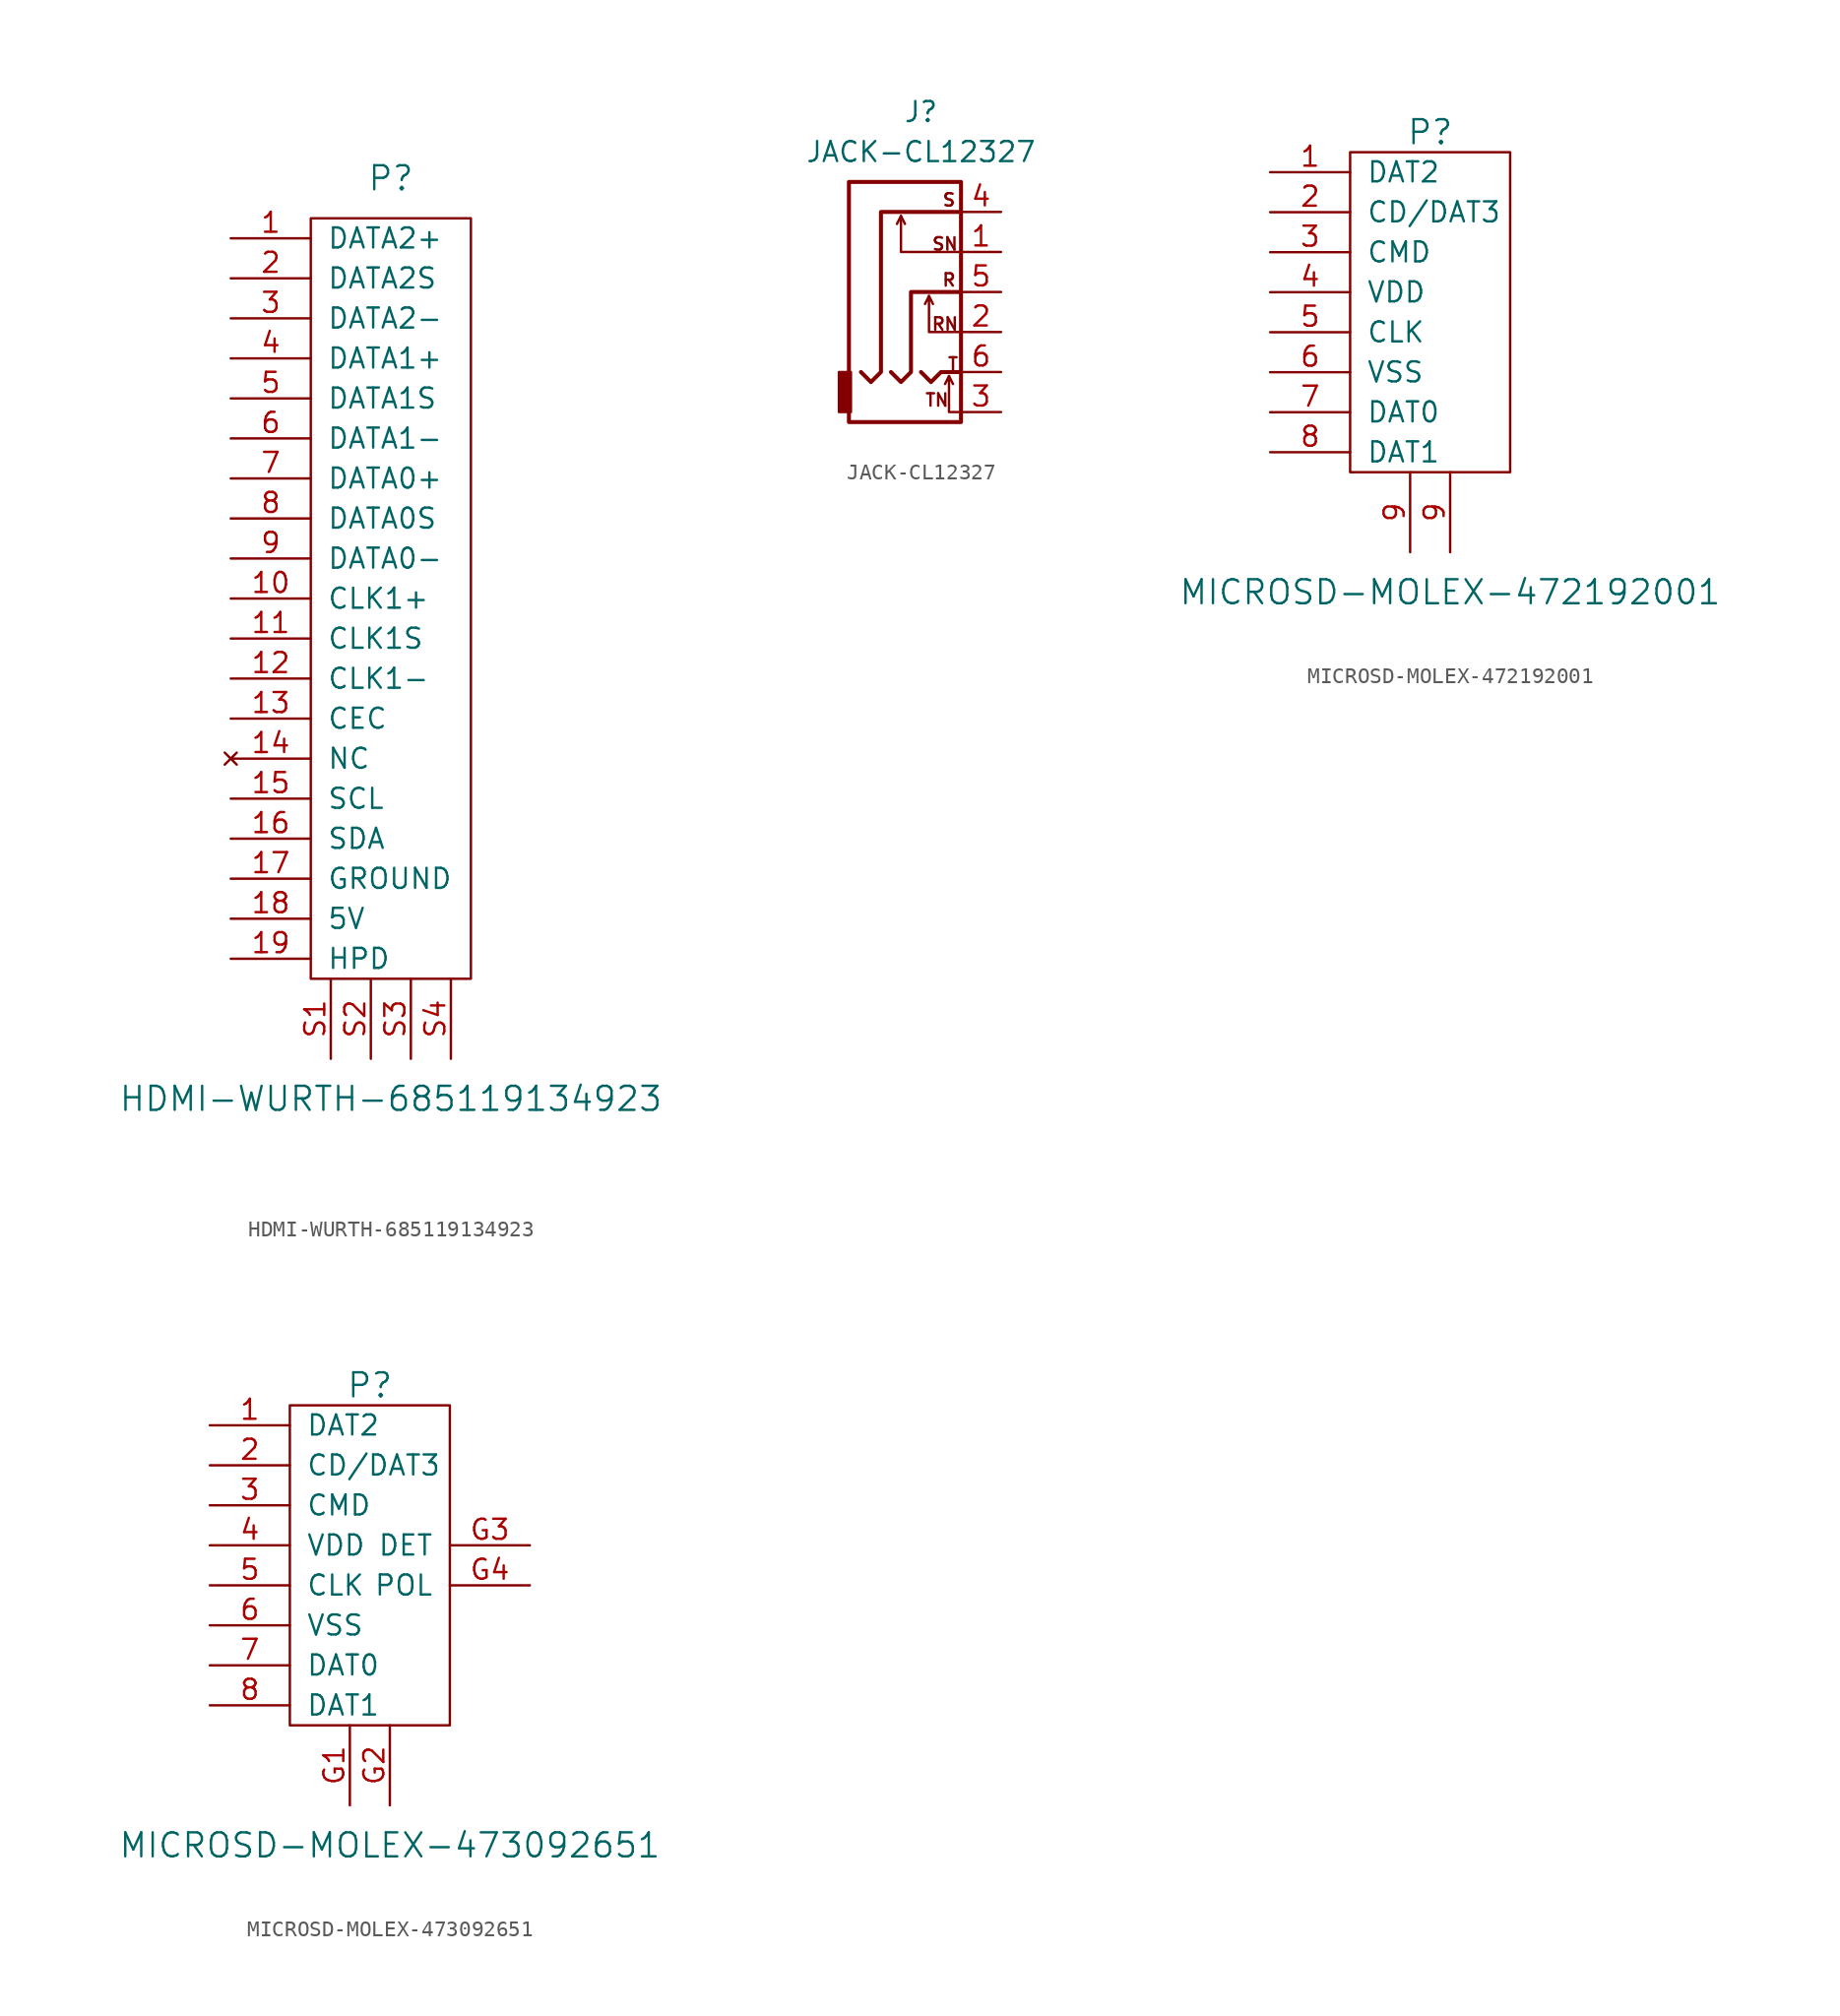
<source format=kicad_sym>
(kicad_symbol_lib
  (version 20201005)
  (generator kicad_symbol_editor)
  (symbol "HDMI-WURTH-685119134923"
    (pin_names
      (offset 1.016))
    (property "Reference" "P"
      (at 0 26.67 0)
      (effects (font (size 1.524 1.524))))
    (property "Value" "HDMI-WURTH-685119134923"
      (at 0 -31.75 0)
      (effects (font (size 1.524 1.524))))
    (property "Datasheet" ""
      (at 9.525 0 0)
      (effects (font (size 1.524 1.524))))
    (symbol "HDMI-WURTH-685119134923_0_1"
      (rectangle (start -5.08 24.13) (end 5.08 -24.13) (stroke (width 0)) (fill (type none))))
    (symbol "HDMI-WURTH-685119134923_1_1"
      (pin bidirectional line (at -10.16 22.86 0) (length 5.08) (name "DATA2+" (effects (font (size 1.27 1.27)))) (number "1" (effects (font (size 1.27 1.27)))))
      (pin bidirectional line (at -10.16 0 0) (length 5.08) (name "CLK1+" (effects (font (size 1.27 1.27)))) (number "10" (effects (font (size 1.27 1.27)))))
      (pin bidirectional line (at -10.16 -2.54 0) (length 5.08) (name "CLK1S" (effects (font (size 1.27 1.27)))) (number "11" (effects (font (size 1.27 1.27)))))
      (pin bidirectional line (at -10.16 -5.08 0) (length 5.08) (name "CLK1-" (effects (font (size 1.27 1.27)))) (number "12" (effects (font (size 1.27 1.27)))))
      (pin bidirectional line (at -10.16 -7.62 0) (length 5.08) (name "CEC" (effects (font (size 1.27 1.27)))) (number "13" (effects (font (size 1.27 1.27)))))
      (pin unconnected line (at -10.16 -10.16 0) (length 5.08) (name "NC" (effects (font (size 1.27 1.27)))) (number "14" (effects (font (size 1.27 1.27)))))
      (pin bidirectional line (at -10.16 -12.7 0) (length 5.08) (name "SCL" (effects (font (size 1.27 1.27)))) (number "15" (effects (font (size 1.27 1.27)))))
      (pin bidirectional line (at -10.16 -15.24 0) (length 5.08) (name "SDA" (effects (font (size 1.27 1.27)))) (number "16" (effects (font (size 1.27 1.27)))))
      (pin power_in line (at -10.16 -17.78 0) (length 5.08) (name "GROUND" (effects (font (size 1.27 1.27)))) (number "17" (effects (font (size 1.27 1.27)))))
      (pin power_in line (at -10.16 -20.32 0) (length 5.08) (name "5V" (effects (font (size 1.27 1.27)))) (number "18" (effects (font (size 1.27 1.27)))))
      (pin bidirectional line (at -10.16 -22.86 0) (length 5.08) (name "HPD" (effects (font (size 1.27 1.27)))) (number "19" (effects (font (size 1.27 1.27)))))
      (pin bidirectional line (at -10.16 20.32 0) (length 5.08) (name "DATA2S" (effects (font (size 1.27 1.27)))) (number "2" (effects (font (size 1.27 1.27)))))
      (pin bidirectional line (at -10.16 17.78 0) (length 5.08) (name "DATA2-" (effects (font (size 1.27 1.27)))) (number "3" (effects (font (size 1.27 1.27)))))
      (pin bidirectional line (at -10.16 15.24 0) (length 5.08) (name "DATA1+" (effects (font (size 1.27 1.27)))) (number "4" (effects (font (size 1.27 1.27)))))
      (pin bidirectional line (at -10.16 12.7 0) (length 5.08) (name "DATA1S" (effects (font (size 1.27 1.27)))) (number "5" (effects (font (size 1.27 1.27)))))
      (pin bidirectional line (at -10.16 10.16 0) (length 5.08) (name "DATA1-" (effects (font (size 1.27 1.27)))) (number "6" (effects (font (size 1.27 1.27)))))
      (pin bidirectional line (at -10.16 7.62 0) (length 5.08) (name "DATA0+" (effects (font (size 1.27 1.27)))) (number "7" (effects (font (size 1.27 1.27)))))
      (pin bidirectional line (at -10.16 5.08 0) (length 5.08) (name "DATA0S" (effects (font (size 1.27 1.27)))) (number "8" (effects (font (size 1.27 1.27)))))
      (pin bidirectional line (at -10.16 2.54 0) (length 5.08) (name "DATA0-" (effects (font (size 1.27 1.27)))) (number "9" (effects (font (size 1.27 1.27)))))
      (pin passive line (at -3.81 -29.21 90) (length 5.08) (name "~" (effects (font (size 1.27 1.27)))) (number "S1" (effects (font (size 1.27 1.27)))))
      (pin passive line (at -1.27 -29.21 90) (length 5.08) (name "~" (effects (font (size 1.27 1.27)))) (number "S2" (effects (font (size 1.27 1.27)))))
      (pin input line (at 1.27 -29.21 90) (length 5.08) (name "~" (effects (font (size 1.27 1.27)))) (number "S3" (effects (font (size 1.27 1.27)))))
      (pin input line (at 3.81 -29.21 90) (length 5.08) (name "~" (effects (font (size 1.27 1.27)))) (number "S4" (effects (font (size 1.27 1.27)))))))
  (symbol "JACK-CL12327"
    (pin_names
      (offset 1.016))
    (property "Reference" "J"
      (at 0 11.43 0)
      (effects (font (size 1.27 1.27))))
    (property "Value" "JACK-CL12327"
      (at 0 8.89 0)
      (effects (font (size 1.27 1.27))))
    (symbol "JACK-CL12327_0_0"
      (text "R" (at 1.778 0.762 0) (effects (font (size 0.787 0.787))))
      (text "RN" (at 1.524 -2.032 0) (effects (font (size 0.787 0.787))))
      (text "S" (at 1.778 5.842 0) (effects (font (size 0.787 0.787))))
      (text "SN" (at 1.524 3.048 0) (effects (font (size 0.787 0.787))))
      (text "T" (at 2.032 -4.572 0) (effects (font (size 0.787 0.787))))
      (text "TN" (at 1.016 -6.858 0) (effects (font (size 0.787 0.787)))))
    (symbol "JACK-CL12327_0_1"
      (rectangle (start -4.445 -7.62) (end -5.207 -5.08) (stroke (width 0)) (fill (type outline)))
      (rectangle (start 2.54 -8.255) (end -4.572 6.985) (stroke (width 0.254)) (fill (type none)))
      (polyline (pts (xy -1.27 4.826) (xy -1.016 4.318)) (stroke (width 0)) (fill (type none)))
      (polyline (pts (xy 0.508 -0.254) (xy 0.762 -0.762)) (stroke (width 0)) (fill (type none)))
      (polyline (pts (xy 1.778 -5.334) (xy 2.032 -5.842)) (stroke (width 0)) (fill (type none)))
      (polyline (pts (xy 0 -5.08) (xy 0.635 -5.715) (xy 1.27 -5.08) (xy 2.54 -5.08)) (stroke (width 0.254)) (fill (type none)))
      (polyline (pts (xy 2.54 -7.62) (xy 1.778 -7.62) (xy 1.778 -5.334) (xy 1.524 -5.842)) (stroke (width 0)) (fill (type none)))
      (polyline (pts (xy 2.54 -2.54) (xy 0.508 -2.54) (xy 0.508 -0.254) (xy 0.254 -0.762)) (stroke (width 0)) (fill (type none)))
      (polyline (pts (xy 2.54 2.54) (xy -1.27 2.54) (xy -1.27 4.826) (xy -1.524 4.318)) (stroke (width 0)) (fill (type none)))
      (polyline (pts (xy -1.905 -5.08) (xy -1.27 -5.715) (xy -0.635 -5.08) (xy -0.635 0) (xy 2.54 0)) (stroke (width 0.254)) (fill (type none)))
      (polyline (pts (xy 2.54 5.08) (xy -2.54 5.08) (xy -2.54 -5.08) (xy -3.175 -5.715) (xy -3.81 -5.08)) (stroke (width 0.254)) (fill (type none))))
    (symbol "JACK-CL12327_1_1"
      (pin passive line (at 5.08 2.54 180) (length 2.54) (name "~" (effects (font (size 1.27 1.27)))) (number "1" (effects (font (size 1.27 1.27)))))
      (pin passive line (at 5.08 -2.54 180) (length 2.54) (name "~" (effects (font (size 1.27 1.27)))) (number "2" (effects (font (size 1.27 1.27)))))
      (pin passive line (at 5.08 -7.62 180) (length 2.54) (name "~" (effects (font (size 1.27 1.27)))) (number "3" (effects (font (size 1.27 1.27)))))
      (pin passive line (at 5.08 5.08 180) (length 2.54) (name "~" (effects (font (size 1.27 1.27)))) (number "4" (effects (font (size 1.27 1.27)))))
      (pin passive line (at 5.08 0 180) (length 2.54) (name "~" (effects (font (size 1.27 1.27)))) (number "5" (effects (font (size 1.27 1.27)))))
      (pin passive line (at 5.08 -5.08 180) (length 2.54) (name "~" (effects (font (size 1.27 1.27)))) (number "6" (effects (font (size 1.27 1.27)))))))
  (symbol "MICROSD-MOLEX-472192001"
    (pin_names
      (offset 1.016))
    (property "Reference" "P"
      (at 0 11.43 0)
      (effects (font (size 1.524 1.524))))
    (property "Value" "MICROSD-MOLEX-472192001"
      (at 1.27 -17.78 0)
      (effects (font (size 1.524 1.524))))
    (symbol "MICROSD-MOLEX-472192001_0_1"
      (rectangle (start -5.08 10.16) (end 5.08 -10.16) (stroke (width 0)) (fill (type none))))
    (symbol "MICROSD-MOLEX-472192001_1_1"
      (pin bidirectional line (at -10.16 8.89 0) (length 5.08) (name "DAT2" (effects (font (size 1.27 1.27)))) (number "1" (effects (font (size 1.27 1.27)))))
      (pin bidirectional line (at -10.16 6.35 0) (length 5.08) (name "CD/DAT3" (effects (font (size 1.27 1.27)))) (number "2" (effects (font (size 1.27 1.27)))))
      (pin bidirectional line (at -10.16 3.81 0) (length 5.08) (name "CMD" (effects (font (size 1.27 1.27)))) (number "3" (effects (font (size 1.27 1.27)))))
      (pin power_in line (at -10.16 1.27 0) (length 5.08) (name "VDD" (effects (font (size 1.27 1.27)))) (number "4" (effects (font (size 1.27 1.27)))))
      (pin input line (at -10.16 -1.27 0) (length 5.08) (name "CLK" (effects (font (size 1.27 1.27)))) (number "5" (effects (font (size 1.27 1.27)))))
      (pin power_in line (at -10.16 -3.81 0) (length 5.08) (name "VSS" (effects (font (size 1.27 1.27)))) (number "6" (effects (font (size 1.27 1.27)))))
      (pin bidirectional line (at -10.16 -6.35 0) (length 5.08) (name "DAT0" (effects (font (size 1.27 1.27)))) (number "7" (effects (font (size 1.27 1.27)))))
      (pin bidirectional line (at -10.16 -8.89 0) (length 5.08) (name "DAT1" (effects (font (size 1.27 1.27)))) (number "8" (effects (font (size 1.27 1.27)))))
      (pin passive line (at -1.27 -15.24 90) (length 5.08) (name "~" (effects (font (size 1.27 1.27)))) (number "9" (effects (font (size 1.27 1.27)))))
      (pin passive line (at 1.27 -15.24 90) (length 5.08) (name "~" (effects (font (size 1.27 1.27)))) (number "9" (effects (font (size 1.27 1.27)))))))
  (symbol "MICROSD-MOLEX-473092651"
    (pin_names
      (offset 1.016))
    (property "Reference" "P"
      (at 0 11.43 0)
      (effects (font (size 1.524 1.524))))
    (property "Value" "MICROSD-MOLEX-473092651"
      (at 1.27 -17.78 0)
      (effects (font (size 1.524 1.524))))
    (property "Footprint" ""
      (at 9.525 0 0)
      (effects (font (size 1.524 1.524))))
    (property "Datasheet" ""
      (at 9.525 0 0)
      (effects (font (size 1.524 1.524))))
    (symbol "MICROSD-MOLEX-473092651_0_1"
      (rectangle (start -5.08 10.16) (end 5.08 -10.16) (stroke (width 0)) (fill (type none))))
    (symbol "MICROSD-MOLEX-473092651_1_1"
      (pin bidirectional line (at -10.16 8.89 0) (length 5.08) (name "DAT2" (effects (font (size 1.27 1.27)))) (number "1" (effects (font (size 1.27 1.27)))))
      (pin bidirectional line (at -10.16 6.35 0) (length 5.08) (name "CD/DAT3" (effects (font (size 1.27 1.27)))) (number "2" (effects (font (size 1.27 1.27)))))
      (pin bidirectional line (at -10.16 3.81 0) (length 5.08) (name "CMD" (effects (font (size 1.27 1.27)))) (number "3" (effects (font (size 1.27 1.27)))))
      (pin power_in line (at -10.16 1.27 0) (length 5.08) (name "VDD" (effects (font (size 1.27 1.27)))) (number "4" (effects (font (size 1.27 1.27)))))
      (pin input line (at -10.16 -1.27 0) (length 5.08) (name "CLK" (effects (font (size 1.27 1.27)))) (number "5" (effects (font (size 1.27 1.27)))))
      (pin power_in line (at -10.16 -3.81 0) (length 5.08) (name "VSS" (effects (font (size 1.27 1.27)))) (number "6" (effects (font (size 1.27 1.27)))))
      (pin bidirectional line (at -10.16 -6.35 0) (length 5.08) (name "DAT0" (effects (font (size 1.27 1.27)))) (number "7" (effects (font (size 1.27 1.27)))))
      (pin bidirectional line (at -10.16 -8.89 0) (length 5.08) (name "DAT1" (effects (font (size 1.27 1.27)))) (number "8" (effects (font (size 1.27 1.27)))))
      (pin passive line (at -1.27 -15.24 90) (length 5.08) (name "~" (effects (font (size 1.27 1.27)))) (number "G1" (effects (font (size 1.27 1.27)))))
      (pin passive line (at 1.27 -15.24 90) (length 5.08) (name "~" (effects (font (size 1.27 1.27)))) (number "G2" (effects (font (size 1.27 1.27)))))
      (pin passive line (at 10.16 1.27 180) (length 5.08) (name "DET" (effects (font (size 1.27 1.27)))) (number "G3" (effects (font (size 1.27 1.27)))))
      (pin passive line (at 10.16 -1.27 180) (length 5.08) (name "POL" (effects (font (size 1.27 1.27)))) (number "G4" (effects (font (size 1.27 1.27))))))))
</source>
